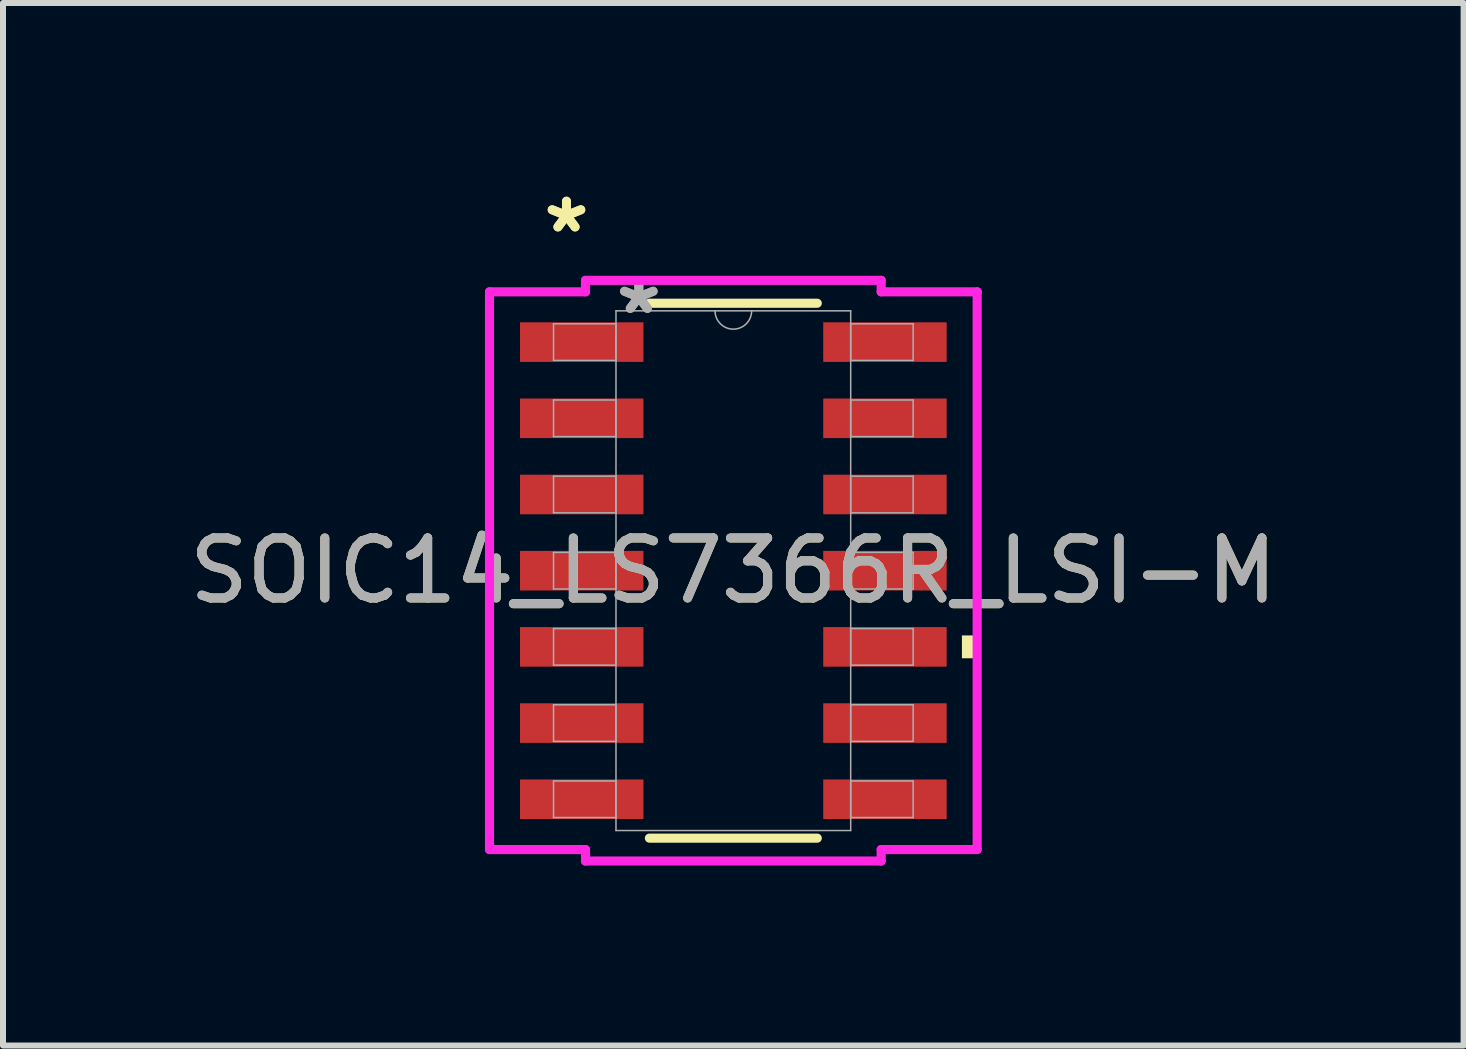
<source format=kicad_pcb>
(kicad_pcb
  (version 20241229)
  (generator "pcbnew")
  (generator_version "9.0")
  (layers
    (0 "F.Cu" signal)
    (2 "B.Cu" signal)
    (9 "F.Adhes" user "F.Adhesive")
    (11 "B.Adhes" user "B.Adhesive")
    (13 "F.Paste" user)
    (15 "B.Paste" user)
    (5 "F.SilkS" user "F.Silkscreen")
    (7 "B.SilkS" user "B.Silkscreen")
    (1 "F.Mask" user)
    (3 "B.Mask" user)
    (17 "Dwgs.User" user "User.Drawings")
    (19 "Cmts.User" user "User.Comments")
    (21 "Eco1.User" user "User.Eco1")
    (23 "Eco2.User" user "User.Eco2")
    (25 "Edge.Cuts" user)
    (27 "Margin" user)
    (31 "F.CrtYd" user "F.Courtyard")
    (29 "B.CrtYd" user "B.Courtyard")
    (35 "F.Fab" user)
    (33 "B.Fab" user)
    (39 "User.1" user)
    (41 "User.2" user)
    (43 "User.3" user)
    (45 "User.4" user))
  (footprint "SOIC14_LS7366R_LSI-M"
    (layer "F.Cu")
    (at 9.173 6.462)
    (property "Reference" "SOIC14_LS7366R_LSI-M" (at 0 0 0) (unlocked yes) (layer "F.SilkS") (effects (font (size 1 1) (thickness 0.15))))
    (attr smd)
    (fp_line (start -1.399 4.458) (end 1.399 4.458) (stroke (width 0.152) (type solid)) (layer "F.SilkS"))
    (fp_line (start 1.399 -4.458) (end -1.399 -4.458) (stroke (width 0.152) (type solid)) (layer "F.SilkS"))
    (fp_poly (pts (xy 4.064 1.079) (xy 4.064 1.46) (xy 3.81 1.46) (xy 3.81 1.079)) (stroke (width 0) (type solid)) (fill yes) (layer "F.SilkS"))
    (fp_line (start -4.064 -4.648) (end -2.464 -4.648) (stroke (width 0.152) (type solid)) (layer "F.CrtYd"))
    (fp_line (start -4.064 4.648) (end -4.064 -4.648) (stroke (width 0.152) (type solid)) (layer "F.CrtYd"))
    (fp_line (start -4.064 4.648) (end -2.464 4.648) (stroke (width 0.152) (type solid)) (layer "F.CrtYd"))
    (fp_line (start -2.464 -4.839) (end 2.464 -4.839) (stroke (width 0.152) (type solid)) (layer "F.CrtYd"))
    (fp_line (start -2.464 -4.648) (end -2.464 -4.839) (stroke (width 0.152) (type solid)) (layer "F.CrtYd"))
    (fp_line (start -2.464 4.839) (end -2.464 4.648) (stroke (width 0.152) (type solid)) (layer "F.CrtYd"))
    (fp_line (start 2.464 -4.839) (end 2.464 -4.648) (stroke (width 0.152) (type solid)) (layer "F.CrtYd"))
    (fp_line (start 2.464 4.648) (end 2.464 4.839) (stroke (width 0.152) (type solid)) (layer "F.CrtYd"))
    (fp_line (start 2.464 4.839) (end -2.464 4.839) (stroke (width 0.152) (type solid)) (layer "F.CrtYd"))
    (fp_line (start 4.064 -4.648) (end 2.464 -4.648) (stroke (width 0.152) (type solid)) (layer "F.CrtYd"))
    (fp_line (start 4.064 -4.648) (end 4.064 4.648) (stroke (width 0.152) (type solid)) (layer "F.CrtYd"))
    (fp_line (start 4.064 4.648) (end 2.464 4.648) (stroke (width 0.152) (type solid)) (layer "F.CrtYd"))
    (fp_line (start -2.997 -4.115) (end -2.997 -3.505) (stroke (width 0.025) (type solid)) (layer "F.Fab"))
    (fp_line (start -2.997 -3.505) (end -1.956 -3.505) (stroke (width 0.025) (type solid)) (layer "F.Fab"))
    (fp_line (start -2.997 -2.845) (end -2.997 -2.235) (stroke (width 0.025) (type solid)) (layer "F.Fab"))
    (fp_line (start -2.997 -2.235) (end -1.956 -2.235) (stroke (width 0.025) (type solid)) (layer "F.Fab"))
    (fp_line (start -2.997 -1.575) (end -2.997 -0.965) (stroke (width 0.025) (type solid)) (layer "F.Fab"))
    (fp_line (start -2.997 -0.965) (end -1.956 -0.965) (stroke (width 0.025) (type solid)) (layer "F.Fab"))
    (fp_line (start -2.997 -0.305) (end -2.997 0.305) (stroke (width 0.025) (type solid)) (layer "F.Fab"))
    (fp_line (start -2.997 0.305) (end -1.956 0.305) (stroke (width 0.025) (type solid)) (layer "F.Fab"))
    (fp_line (start -2.997 0.965) (end -2.997 1.575) (stroke (width 0.025) (type solid)) (layer "F.Fab"))
    (fp_line (start -2.997 1.575) (end -1.956 1.575) (stroke (width 0.025) (type solid)) (layer "F.Fab"))
    (fp_line (start -2.997 2.235) (end -2.997 2.845) (stroke (width 0.025) (type solid)) (layer "F.Fab"))
    (fp_line (start -2.997 2.845) (end -1.956 2.845) (stroke (width 0.025) (type solid)) (layer "F.Fab"))
    (fp_line (start -2.997 3.505) (end -2.997 4.115) (stroke (width 0.025) (type solid)) (layer "F.Fab"))
    (fp_line (start -2.997 4.115) (end -1.956 4.115) (stroke (width 0.025) (type solid)) (layer "F.Fab"))
    (fp_line (start -1.956 -4.331) (end -1.956 4.331) (stroke (width 0.025) (type solid)) (layer "F.Fab"))
    (fp_line (start -1.956 -4.115) (end -2.997 -4.115) (stroke (width 0.025) (type solid)) (layer "F.Fab"))
    (fp_line (start -1.956 -3.505) (end -1.956 -4.115) (stroke (width 0.025) (type solid)) (layer "F.Fab"))
    (fp_line (start -1.956 -2.845) (end -2.997 -2.845) (stroke (width 0.025) (type solid)) (layer "F.Fab"))
    (fp_line (start -1.956 -2.235) (end -1.956 -2.845) (stroke (width 0.025) (type solid)) (layer "F.Fab"))
    (fp_line (start -1.956 -1.575) (end -2.997 -1.575) (stroke (width 0.025) (type solid)) (layer "F.Fab"))
    (fp_line (start -1.956 -0.965) (end -1.956 -1.575) (stroke (width 0.025) (type solid)) (layer "F.Fab"))
    (fp_line (start -1.956 -0.305) (end -2.997 -0.305) (stroke (width 0.025) (type solid)) (layer "F.Fab"))
    (fp_line (start -1.956 0.305) (end -1.956 -0.305) (stroke (width 0.025) (type solid)) (layer "F.Fab"))
    (fp_line (start -1.956 0.965) (end -2.997 0.965) (stroke (width 0.025) (type solid)) (layer "F.Fab"))
    (fp_line (start -1.956 1.575) (end -1.956 0.965) (stroke (width 0.025) (type solid)) (layer "F.Fab"))
    (fp_line (start -1.956 2.235) (end -2.997 2.235) (stroke (width 0.025) (type solid)) (layer "F.Fab"))
    (fp_line (start -1.956 2.845) (end -1.956 2.235) (stroke (width 0.025) (type solid)) (layer "F.Fab"))
    (fp_line (start -1.956 3.505) (end -2.997 3.505) (stroke (width 0.025) (type solid)) (layer "F.Fab"))
    (fp_line (start -1.956 4.115) (end -1.956 3.505) (stroke (width 0.025) (type solid)) (layer "F.Fab"))
    (fp_line (start -1.956 4.331) (end 1.956 4.331) (stroke (width 0.025) (type solid)) (layer "F.Fab"))
    (fp_line (start 1.956 -4.331) (end -1.956 -4.331) (stroke (width 0.025) (type solid)) (layer "F.Fab"))
    (fp_line (start 1.956 -4.115) (end 1.956 -3.505) (stroke (width 0.025) (type solid)) (layer "F.Fab"))
    (fp_line (start 1.956 -3.505) (end 2.997 -3.505) (stroke (width 0.025) (type solid)) (layer "F.Fab"))
    (fp_line (start 1.956 -2.845) (end 1.956 -2.235) (stroke (width 0.025) (type solid)) (layer "F.Fab"))
    (fp_line (start 1.956 -2.235) (end 2.997 -2.235) (stroke (width 0.025) (type solid)) (layer "F.Fab"))
    (fp_line (start 1.956 -1.575) (end 1.956 -0.965) (stroke (width 0.025) (type solid)) (layer "F.Fab"))
    (fp_line (start 1.956 -0.965) (end 2.997 -0.965) (stroke (width 0.025) (type solid)) (layer "F.Fab"))
    (fp_line (start 1.956 -0.305) (end 1.956 0.305) (stroke (width 0.025) (type solid)) (layer "F.Fab"))
    (fp_line (start 1.956 0.305) (end 2.997 0.305) (stroke (width 0.025) (type solid)) (layer "F.Fab"))
    (fp_line (start 1.956 0.965) (end 1.956 1.575) (stroke (width 0.025) (type solid)) (layer "F.Fab"))
    (fp_line (start 1.956 1.575) (end 2.997 1.575) (stroke (width 0.025) (type solid)) (layer "F.Fab"))
    (fp_line (start 1.956 2.235) (end 1.956 2.845) (stroke (width 0.025) (type solid)) (layer "F.Fab"))
    (fp_line (start 1.956 2.845) (end 2.997 2.845) (stroke (width 0.025) (type solid)) (layer "F.Fab"))
    (fp_line (start 1.956 3.505) (end 1.956 4.115) (stroke (width 0.025) (type solid)) (layer "F.Fab"))
    (fp_line (start 1.956 4.115) (end 2.997 4.115) (stroke (width 0.025) (type solid)) (layer "F.Fab"))
    (fp_line (start 1.956 4.331) (end 1.956 -4.331) (stroke (width 0.025) (type solid)) (layer "F.Fab"))
    (fp_line (start 2.997 -4.115) (end 1.956 -4.115) (stroke (width 0.025) (type solid)) (layer "F.Fab"))
    (fp_line (start 2.997 -3.505) (end 2.997 -4.115) (stroke (width 0.025) (type solid)) (layer "F.Fab"))
    (fp_line (start 2.997 -2.845) (end 1.956 -2.845) (stroke (width 0.025) (type solid)) (layer "F.Fab"))
    (fp_line (start 2.997 -2.235) (end 2.997 -2.845) (stroke (width 0.025) (type solid)) (layer "F.Fab"))
    (fp_line (start 2.997 -1.575) (end 1.956 -1.575) (stroke (width 0.025) (type solid)) (layer "F.Fab"))
    (fp_line (start 2.997 -0.965) (end 2.997 -1.575) (stroke (width 0.025) (type solid)) (layer "F.Fab"))
    (fp_line (start 2.997 -0.305) (end 1.956 -0.305) (stroke (width 0.025) (type solid)) (layer "F.Fab"))
    (fp_line (start 2.997 0.305) (end 2.997 -0.305) (stroke (width 0.025) (type solid)) (layer "F.Fab"))
    (fp_line (start 2.997 0.965) (end 1.956 0.965) (stroke (width 0.025) (type solid)) (layer "F.Fab"))
    (fp_line (start 2.997 1.575) (end 2.997 0.965) (stroke (width 0.025) (type solid)) (layer "F.Fab"))
    (fp_line (start 2.997 2.235) (end 1.956 2.235) (stroke (width 0.025) (type solid)) (layer "F.Fab"))
    (fp_line (start 2.997 2.845) (end 2.997 2.235) (stroke (width 0.025) (type solid)) (layer "F.Fab"))
    (fp_line (start 2.997 3.505) (end 1.956 3.505) (stroke (width 0.025) (type solid)) (layer "F.Fab"))
    (fp_line (start 2.997 4.115) (end 2.997 3.505) (stroke (width 0.025) (type solid)) (layer "F.Fab"))
    (fp_arc (start 0.3048 -4.3307) (mid 0 -4.0259) (end -0.3048 -4.3307) (stroke (width 0.0254) (type solid)) (layer "F.Fab"))
    (fp_text user "*" (at -2.781 -5.613 0) (unlocked yes) (layer "F.SilkS") (effects (font (size 1 1) (thickness 0.15))))
    (fp_text user "*" (at -2.781 -5.613 0) (layer "F.SilkS") (effects (font (size 1 1) (thickness 0.15))))
    (fp_text user "*" (at -1.575 -4.255 0) (unlocked yes) (layer "F.Fab") (effects (font (size 1 1) (thickness 0.15))))
    (fp_text user "*" (at -1.575 -4.255 0) (layer "F.Fab") (effects (font (size 1 1) (thickness 0.15))))
    (fp_text user "${REFERENCE}" (at 0 0 0) (unlocked yes) (layer "F.Fab") (effects (font (size 1 1) (thickness 0.15))))
    (pad "1" smd rect (at -2.527 -3.81) (size 2.057 0.66) (layers "F.Cu" "F.Mask" "F.Paste"))
    (pad "2" smd rect (at -2.527 -2.54) (size 2.057 0.66) (layers "F.Cu" "F.Mask" "F.Paste"))
    (pad "3" smd rect (at -2.527 -1.27) (size 2.057 0.66) (layers "F.Cu" "F.Mask" "F.Paste"))
    (pad "4" smd rect (at -2.527 0) (size 2.057 0.66) (layers "F.Cu" "F.Mask" "F.Paste"))
    (pad "5" smd rect (at -2.527 1.27) (size 2.057 0.66) (layers "F.Cu" "F.Mask" "F.Paste"))
    (pad "6" smd rect (at -2.527 2.54) (size 2.057 0.66) (layers "F.Cu" "F.Mask" "F.Paste"))
    (pad "7" smd rect (at -2.527 3.81) (size 2.057 0.66) (layers "F.Cu" "F.Mask" "F.Paste"))
    (pad "8" smd rect (at 2.527 3.81) (size 2.057 0.66) (layers "F.Cu" "F.Mask" "F.Paste"))
    (pad "9" smd rect (at 2.527 2.54) (size 2.057 0.66) (layers "F.Cu" "F.Mask" "F.Paste"))
    (pad "10" smd rect (at 2.527 1.27) (size 2.057 0.66) (layers "F.Cu" "F.Mask" "F.Paste"))
    (pad "11" smd rect (at 2.527 0) (size 2.057 0.66) (layers "F.Cu" "F.Mask" "F.Paste"))
    (pad "12" smd rect (at 2.527 -1.27) (size 2.057 0.66) (layers "F.Cu" "F.Mask" "F.Paste"))
    (pad "13" smd rect (at 2.527 -2.54) (size 2.057 0.66) (layers "F.Cu" "F.Mask" "F.Paste"))
    (pad "14" smd rect (at 2.527 -3.81) (size 2.057 0.66) (layers "F.Cu" "F.Mask" "F.Paste")))
  (gr_rect
    (start -3 -3)
    (end 21.345 14.377)
    (stroke (width 0.1) (type default))
    (fill no)
    (layer "Edge.Cuts")))
</source>
